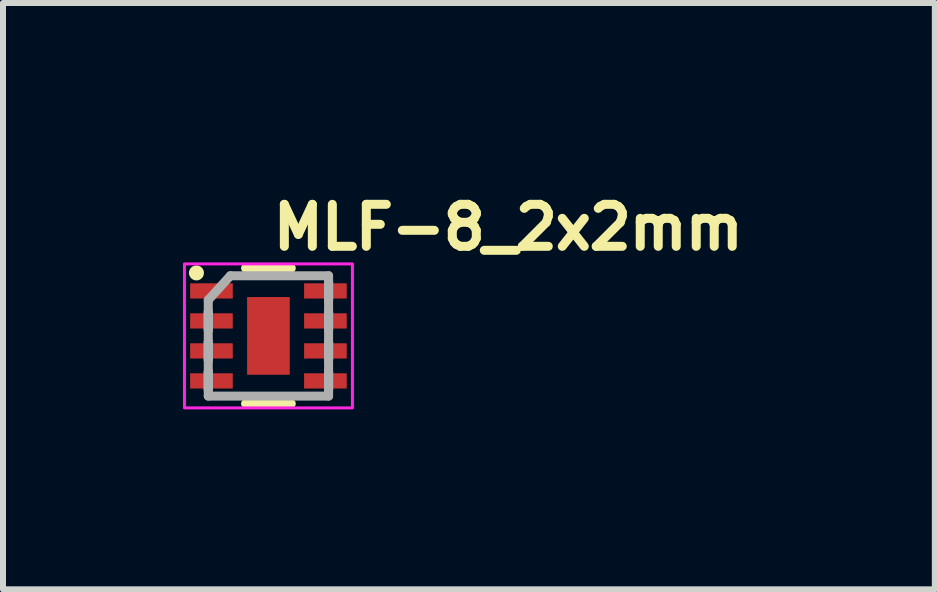
<source format=kicad_pcb>
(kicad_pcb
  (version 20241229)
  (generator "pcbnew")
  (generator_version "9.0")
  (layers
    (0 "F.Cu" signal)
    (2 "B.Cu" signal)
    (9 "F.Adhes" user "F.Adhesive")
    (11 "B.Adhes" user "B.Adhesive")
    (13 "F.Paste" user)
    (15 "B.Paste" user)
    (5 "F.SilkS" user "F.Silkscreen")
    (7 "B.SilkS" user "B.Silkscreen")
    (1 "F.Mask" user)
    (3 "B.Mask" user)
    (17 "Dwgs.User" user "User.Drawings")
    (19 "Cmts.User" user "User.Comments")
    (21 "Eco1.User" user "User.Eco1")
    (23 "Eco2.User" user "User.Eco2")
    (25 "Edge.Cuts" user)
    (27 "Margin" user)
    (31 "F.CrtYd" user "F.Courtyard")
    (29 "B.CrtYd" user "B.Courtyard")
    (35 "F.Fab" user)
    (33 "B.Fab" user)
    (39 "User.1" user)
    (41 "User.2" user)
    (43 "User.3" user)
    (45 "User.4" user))
  (footprint "MLF-8_2x2mm"
    (layer "F.Cu")
    (at 1.425 2.55)
    (property "Reference" "MLF-8_2x2mm" (at 0 -1.4 0) (unlocked yes) (layer "F.SilkS") (effects (font (size 0.7 0.7) (thickness 0.15)) (justify left bottom)))
    (attr smd)
    (fp_line (start -0.381 -1.13) (end 0.381 -1.13) (stroke (width 0.15) (type solid)) (layer "F.SilkS"))
    (fp_line (start -0.381 1.13) (end 0.381 1.13) (stroke (width 0.15) (type solid)) (layer "F.SilkS"))
    (fp_circle (center -1.2 -1.05) (end -1.15 -1.05) (stroke (width 0.15) (type solid)) (fill yes) (layer "F.SilkS"))
    (fp_rect (start -1.4 -1.2) (end 1.4 1.2) (stroke (width 0.05) (type solid)) (fill no) (layer "F.CrtYd"))
    (fp_line (start -1.003 -0.598) (end -1.003 1.003) (stroke (width 0.15) (type solid)) (layer "F.Fab"))
    (fp_line (start -1.003 -0.598) (end -0.635 -1.003) (stroke (width 0.15) (type solid)) (layer "F.Fab"))
    (fp_line (start -1.003 -0.402) (end -1.003 -0.098) (stroke (width 0.15) (type solid)) (layer "F.Fab"))
    (fp_line (start -1.003 -0.402) (end -1.003 -0.098) (stroke (width 0.15) (type solid)) (layer "F.Fab"))
    (fp_line (start -1.003 0.098) (end -1.003 0.402) (stroke (width 0.15) (type solid)) (layer "F.Fab"))
    (fp_line (start -1.003 0.098) (end -1.003 0.402) (stroke (width 0.15) (type solid)) (layer "F.Fab"))
    (fp_line (start -1.003 0.598) (end -1.003 0.902) (stroke (width 0.15) (type solid)) (layer "F.Fab"))
    (fp_line (start -1.003 0.598) (end -1.003 0.902) (stroke (width 0.15) (type solid)) (layer "F.Fab"))
    (fp_line (start -1.003 1.003) (end 1.003 1.003) (stroke (width 0.15) (type solid)) (layer "F.Fab"))
    (fp_line (start -0.635 -1.003) (end 1.003 -1.003) (stroke (width 0.15) (type solid)) (layer "F.Fab"))
    (fp_line (start 1.003 -1.003) (end 1.003 1.003) (stroke (width 0.15) (type solid)) (layer "F.Fab"))
    (fp_line (start 1.003 -0.902) (end 1.003 -0.598) (stroke (width 0.15) (type solid)) (layer "F.Fab"))
    (fp_line (start 1.003 -0.902) (end 1.003 -0.598) (stroke (width 0.15) (type solid)) (layer "F.Fab"))
    (fp_line (start 1.003 -0.402) (end 1.003 -0.098) (stroke (width 0.15) (type solid)) (layer "F.Fab"))
    (fp_line (start 1.003 -0.402) (end 1.003 -0.098) (stroke (width 0.15) (type solid)) (layer "F.Fab"))
    (fp_line (start 1.003 0.098) (end 1.003 0.402) (stroke (width 0.15) (type solid)) (layer "F.Fab"))
    (fp_line (start 1.003 0.098) (end 1.003 0.402) (stroke (width 0.15) (type solid)) (layer "F.Fab"))
    (fp_line (start 1.003 0.598) (end 1.003 0.902) (stroke (width 0.15) (type solid)) (layer "F.Fab"))
    (fp_line (start 1.003 0.598) (end 1.003 0.902) (stroke (width 0.15) (type solid)) (layer "F.Fab"))
    (fp_rect (start -1.003 -1.003) (end 1.003 1.003) (stroke (width 0.1) (type solid)) (fill no) (layer "User.5"))
    (fp_line (start -1.003 -1.003) (end -1.003 1.003) (stroke (width 0.02) (type solid)) (layer "User.9"))
    (fp_line (start -1.003 1.003) (end 1.003 1.003) (stroke (width 0.02) (type solid)) (layer "User.9"))
    (fp_line (start -0.853 -0.758) (end -0.853 -0.755) (stroke (width 0.02) (type solid)) (layer "User.9"))
    (fp_line (start -0.853 -0.755) (end -0.853 -0.753) (stroke (width 0.02) (type solid)) (layer "User.9"))
    (fp_line (start -0.853 -0.753) (end -0.853 -0.75) (stroke (width 0.02) (type solid)) (layer "User.9"))
    (fp_line (start -0.853 -0.75) (end -0.853 -0.75) (stroke (width 0.02) (type solid)) (layer "User.9"))
    (fp_line (start -0.853 -0.75) (end -0.853 -0.747) (stroke (width 0.02) (type solid)) (layer "User.9"))
    (fp_line (start -0.853 -0.747) (end -0.853 -0.745) (stroke (width 0.02) (type solid)) (layer "User.9"))
    (fp_line (start -0.853 -0.745) (end -0.853 -0.742) (stroke (width 0.02) (type solid)) (layer "User.9"))
    (fp_line (start -0.853 -0.742) (end -0.852 -0.74) (stroke (width 0.02) (type solid)) (layer "User.9"))
    (fp_line (start -0.852 -0.763) (end -0.852 -0.76) (stroke (width 0.02) (type solid)) (layer "User.9"))
    (fp_line (start -0.852 -0.76) (end -0.853 -0.758) (stroke (width 0.02) (type solid)) (layer "User.9"))
    (fp_line (start -0.852 -0.74) (end -0.852 -0.737) (stroke (width 0.02) (type solid)) (layer "User.9"))
    (fp_line (start -0.852 -0.737) (end -0.851 -0.735) (stroke (width 0.02) (type solid)) (layer "User.9"))
    (fp_line (start -0.851 -0.765) (end -0.852 -0.763) (stroke (width 0.02) (type solid)) (layer "User.9"))
    (fp_line (start -0.851 -0.735) (end -0.85 -0.733) (stroke (width 0.02) (type solid)) (layer "User.9"))
    (fp_line (start -0.85 -0.767) (end -0.851 -0.765) (stroke (width 0.02) (type solid)) (layer "User.9"))
    (fp_line (start -0.85 -0.733) (end -0.849 -0.73) (stroke (width 0.02) (type solid)) (layer "User.9"))
    (fp_line (start -0.849 -0.77) (end -0.85 -0.767) (stroke (width 0.02) (type solid)) (layer "User.9"))
    (fp_line (start -0.849 -0.73) (end -0.848 -0.728) (stroke (width 0.02) (type solid)) (layer "User.9"))
    (fp_line (start -0.848 -0.772) (end -0.849 -0.77) (stroke (width 0.02) (type solid)) (layer "User.9"))
    (fp_line (start -0.848 -0.728) (end -0.847 -0.726) (stroke (width 0.02) (type solid)) (layer "User.9"))
    (fp_line (start -0.847 -0.774) (end -0.848 -0.772) (stroke (width 0.02) (type solid)) (layer "User.9"))
    (fp_line (start -0.847 -0.726) (end -0.846 -0.724) (stroke (width 0.02) (type solid)) (layer "User.9"))
    (fp_line (start -0.846 -0.776) (end -0.847 -0.774) (stroke (width 0.02) (type solid)) (layer "User.9"))
    (fp_line (start -0.846 -0.724) (end -0.845 -0.722) (stroke (width 0.02) (type solid)) (layer "User.9"))
    (fp_line (start -0.845 -0.778) (end -0.846 -0.776) (stroke (width 0.02) (type solid)) (layer "User.9"))
    (fp_line (start -0.845 -0.722) (end -0.843 -0.72) (stroke (width 0.02) (type solid)) (layer "User.9"))
    (fp_line (start -0.843 -0.78) (end -0.845 -0.778) (stroke (width 0.02) (type solid)) (layer "User.9"))
    (fp_line (start -0.843 -0.72) (end -0.842 -0.718) (stroke (width 0.02) (type solid)) (layer "User.9"))
    (fp_line (start -0.842 -0.782) (end -0.843 -0.78) (stroke (width 0.02) (type solid)) (layer "User.9"))
    (fp_line (start -0.842 -0.718) (end -0.84 -0.716) (stroke (width 0.02) (type solid)) (layer "User.9"))
    (fp_line (start -0.84 -0.784) (end -0.842 -0.782) (stroke (width 0.02) (type solid)) (layer "User.9"))
    (fp_line (start -0.84 -0.716) (end -0.838 -0.715) (stroke (width 0.02) (type solid)) (layer "User.9"))
    (fp_line (start -0.838 -0.785) (end -0.84 -0.784) (stroke (width 0.02) (type solid)) (layer "User.9"))
    (fp_line (start -0.838 -0.715) (end -0.837 -0.713) (stroke (width 0.02) (type solid)) (layer "User.9"))
    (fp_line (start -0.837 -0.787) (end -0.838 -0.785) (stroke (width 0.02) (type solid)) (layer "User.9"))
    (fp_line (start -0.837 -0.713) (end -0.835 -0.711) (stroke (width 0.02) (type solid)) (layer "User.9"))
    (fp_line (start -0.835 -0.789) (end -0.837 -0.787) (stroke (width 0.02) (type solid)) (layer "User.9"))
    (fp_line (start -0.835 -0.711) (end -0.833 -0.71) (stroke (width 0.02) (type solid)) (layer "User.9"))
    (fp_line (start -0.833 -0.79) (end -0.835 -0.789) (stroke (width 0.02) (type solid)) (layer "User.9"))
    (fp_line (start -0.833 -0.71) (end -0.831 -0.708) (stroke (width 0.02) (type solid)) (layer "User.9"))
    (fp_line (start -0.831 -0.792) (end -0.833 -0.79) (stroke (width 0.02) (type solid)) (layer "User.9"))
    (fp_line (start -0.831 -0.708) (end -0.829 -0.707) (stroke (width 0.02) (type solid)) (layer "User.9"))
    (fp_line (start -0.829 -0.793) (end -0.831 -0.792) (stroke (width 0.02) (type solid)) (layer "User.9"))
    (fp_line (start -0.829 -0.707) (end -0.827 -0.706) (stroke (width 0.02) (type solid)) (layer "User.9"))
    (fp_line (start -0.827 -0.794) (end -0.829 -0.793) (stroke (width 0.02) (type solid)) (layer "User.9"))
    (fp_line (start -0.827 -0.706) (end -0.825 -0.705) (stroke (width 0.02) (type solid)) (layer "User.9"))
    (fp_line (start -0.825 -0.795) (end -0.827 -0.794) (stroke (width 0.02) (type solid)) (layer "User.9"))
    (fp_line (start -0.825 -0.705) (end -0.823 -0.704) (stroke (width 0.02) (type solid)) (layer "User.9"))
    (fp_line (start -0.823 -0.796) (end -0.825 -0.795) (stroke (width 0.02) (type solid)) (layer "User.9"))
    (fp_line (start -0.823 -0.704) (end -0.82 -0.703) (stroke (width 0.02) (type solid)) (layer "User.9"))
    (fp_line (start -0.82 -0.797) (end -0.823 -0.796) (stroke (width 0.02) (type solid)) (layer "User.9"))
    (fp_line (start -0.82 -0.703) (end -0.818 -0.702) (stroke (width 0.02) (type solid)) (layer "User.9"))
    (fp_line (start -0.818 -0.798) (end -0.82 -0.797) (stroke (width 0.02) (type solid)) (layer "User.9"))
    (fp_line (start -0.818 -0.702) (end -0.816 -0.701) (stroke (width 0.02) (type solid)) (layer "User.9"))
    (fp_line (start -0.816 -0.799) (end -0.818 -0.798) (stroke (width 0.02) (type solid)) (layer "User.9"))
    (fp_line (start -0.816 -0.701) (end -0.813 -0.701) (stroke (width 0.02) (type solid)) (layer "User.9"))
    (fp_line (start -0.813 -0.799) (end -0.816 -0.799) (stroke (width 0.02) (type solid)) (layer "User.9"))
    (fp_line (start -0.813 -0.701) (end -0.811 -0.7) (stroke (width 0.02) (type solid)) (layer "User.9"))
    (fp_line (start -0.811 -0.8) (end -0.813 -0.799) (stroke (width 0.02) (type solid)) (layer "User.9"))
    (fp_line (start -0.811 -0.7) (end -0.808 -0.7) (stroke (width 0.02) (type solid)) (layer "User.9"))
    (fp_line (start -0.808 -0.8) (end -0.811 -0.8) (stroke (width 0.02) (type solid)) (layer "User.9"))
    (fp_line (start -0.808 -0.7) (end -0.806 -0.7) (stroke (width 0.02) (type solid)) (layer "User.9"))
    (fp_line (start -0.806 -0.8) (end -0.808 -0.8) (stroke (width 0.02) (type solid)) (layer "User.9"))
    (fp_line (start -0.806 -0.7) (end -0.803 -0.7) (stroke (width 0.02) (type solid)) (layer "User.9"))
    (fp_line (start -0.803 -0.8) (end -0.806 -0.8) (stroke (width 0.02) (type solid)) (layer "User.9"))
    (fp_line (start -0.803 -0.8) (end -0.803 -0.8) (stroke (width 0.02) (type solid)) (layer "User.9"))
    (fp_line (start -0.803 -0.7) (end -0.803 -0.7) (stroke (width 0.02) (type solid)) (layer "User.9"))
    (fp_line (start -0.803 -0.7) (end -0.8 -0.7) (stroke (width 0.02) (type solid)) (layer "User.9"))
    (fp_line (start -0.8 -0.8) (end -0.803 -0.8) (stroke (width 0.02) (type solid)) (layer "User.9"))
    (fp_line (start -0.8 -0.7) (end -0.798 -0.7) (stroke (width 0.02) (type solid)) (layer "User.9"))
    (fp_line (start -0.798 -0.8) (end -0.8 -0.8) (stroke (width 0.02) (type solid)) (layer "User.9"))
    (fp_line (start -0.798 -0.7) (end -0.795 -0.7) (stroke (width 0.02) (type solid)) (layer "User.9"))
    (fp_line (start -0.795 -0.8) (end -0.798 -0.8) (stroke (width 0.02) (type solid)) (layer "User.9"))
    (fp_line (start -0.795 -0.7) (end -0.793 -0.701) (stroke (width 0.02) (type solid)) (layer "User.9"))
    (fp_line (start -0.793 -0.799) (end -0.795 -0.8) (stroke (width 0.02) (type solid)) (layer "User.9"))
    (fp_line (start -0.793 -0.701) (end -0.79 -0.701) (stroke (width 0.02) (type solid)) (layer "User.9"))
    (fp_line (start -0.79 -0.799) (end -0.793 -0.799) (stroke (width 0.02) (type solid)) (layer "User.9"))
    (fp_line (start -0.79 -0.701) (end -0.788 -0.702) (stroke (width 0.02) (type solid)) (layer "User.9"))
    (fp_line (start -0.788 -0.798) (end -0.79 -0.799) (stroke (width 0.02) (type solid)) (layer "User.9"))
    (fp_line (start -0.788 -0.702) (end -0.786 -0.703) (stroke (width 0.02) (type solid)) (layer "User.9"))
    (fp_line (start -0.786 -0.797) (end -0.788 -0.798) (stroke (width 0.02) (type solid)) (layer "User.9"))
    (fp_line (start -0.786 -0.703) (end -0.783 -0.704) (stroke (width 0.02) (type solid)) (layer "User.9"))
    (fp_line (start -0.783 -0.796) (end -0.786 -0.797) (stroke (width 0.02) (type solid)) (layer "User.9"))
    (fp_line (start -0.783 -0.704) (end -0.781 -0.705) (stroke (width 0.02) (type solid)) (layer "User.9"))
    (fp_line (start -0.781 -0.795) (end -0.783 -0.796) (stroke (width 0.02) (type solid)) (layer "User.9"))
    (fp_line (start -0.781 -0.705) (end -0.779 -0.706) (stroke (width 0.02) (type solid)) (layer "User.9"))
    (fp_line (start -0.779 -0.794) (end -0.781 -0.795) (stroke (width 0.02) (type solid)) (layer "User.9"))
    (fp_line (start -0.779 -0.706) (end -0.777 -0.707) (stroke (width 0.02) (type solid)) (layer "User.9"))
    (fp_line (start -0.777 -0.793) (end -0.779 -0.794) (stroke (width 0.02) (type solid)) (layer "User.9"))
    (fp_line (start -0.777 -0.707) (end -0.775 -0.708) (stroke (width 0.02) (type solid)) (layer "User.9"))
    (fp_line (start -0.775 -0.792) (end -0.777 -0.793) (stroke (width 0.02) (type solid)) (layer "User.9"))
    (fp_line (start -0.775 -0.708) (end -0.773 -0.71) (stroke (width 0.02) (type solid)) (layer "User.9"))
    (fp_line (start -0.773 -0.79) (end -0.775 -0.792) (stroke (width 0.02) (type solid)) (layer "User.9"))
    (fp_line (start -0.773 -0.71) (end -0.771 -0.711) (stroke (width 0.02) (type solid)) (layer "User.9"))
    (fp_line (start -0.771 -0.789) (end -0.773 -0.79) (stroke (width 0.02) (type solid)) (layer "User.9"))
    (fp_line (start -0.771 -0.711) (end -0.769 -0.713) (stroke (width 0.02) (type solid)) (layer "User.9"))
    (fp_line (start -0.769 -0.787) (end -0.771 -0.789) (stroke (width 0.02) (type solid)) (layer "User.9"))
    (fp_line (start -0.769 -0.713) (end -0.768 -0.715) (stroke (width 0.02) (type solid)) (layer "User.9"))
    (fp_line (start -0.768 -0.785) (end -0.769 -0.787) (stroke (width 0.02) (type solid)) (layer "User.9"))
    (fp_line (start -0.768 -0.715) (end -0.766 -0.716) (stroke (width 0.02) (type solid)) (layer "User.9"))
    (fp_line (start -0.766 -0.784) (end -0.768 -0.785) (stroke (width 0.02) (type solid)) (layer "User.9"))
    (fp_line (start -0.766 -0.716) (end -0.764 -0.718) (stroke (width 0.02) (type solid)) (layer "User.9"))
    (fp_line (start -0.764 -0.782) (end -0.766 -0.784) (stroke (width 0.02) (type solid)) (layer "User.9"))
    (fp_line (start -0.764 -0.718) (end -0.763 -0.72) (stroke (width 0.02) (type solid)) (layer "User.9"))
    (fp_line (start -0.763 -0.78) (end -0.764 -0.782) (stroke (width 0.02) (type solid)) (layer "User.9"))
    (fp_line (start -0.763 -0.72) (end -0.761 -0.722) (stroke (width 0.02) (type solid)) (layer "User.9"))
    (fp_line (start -0.761 -0.778) (end -0.763 -0.78) (stroke (width 0.02) (type solid)) (layer "User.9"))
    (fp_line (start -0.761 -0.722) (end -0.76 -0.724) (stroke (width 0.02) (type solid)) (layer "User.9"))
    (fp_line (start -0.76 -0.776) (end -0.761 -0.778) (stroke (width 0.02) (type solid)) (layer "User.9"))
    (fp_line (start -0.76 -0.724) (end -0.759 -0.726) (stroke (width 0.02) (type solid)) (layer "User.9"))
    (fp_line (start -0.759 -0.774) (end -0.76 -0.776) (stroke (width 0.02) (type solid)) (layer "User.9"))
    (fp_line (start -0.759 -0.726) (end -0.758 -0.728) (stroke (width 0.02) (type solid)) (layer "User.9"))
    (fp_line (start -0.758 -0.772) (end -0.759 -0.774) (stroke (width 0.02) (type solid)) (layer "User.9"))
    (fp_line (start -0.758 -0.728) (end -0.757 -0.73) (stroke (width 0.02) (type solid)) (layer "User.9"))
    (fp_line (start -0.757 -0.77) (end -0.758 -0.772) (stroke (width 0.02) (type solid)) (layer "User.9"))
    (fp_line (start -0.757 -0.73) (end -0.756 -0.733) (stroke (width 0.02) (type solid)) (layer "User.9"))
    (fp_line (start -0.756 -0.767) (end -0.757 -0.77) (stroke (width 0.02) (type solid)) (layer "User.9"))
    (fp_line (start -0.756 -0.733) (end -0.755 -0.735) (stroke (width 0.02) (type solid)) (layer "User.9"))
    (fp_line (start -0.755 -0.765) (end -0.756 -0.767) (stroke (width 0.02) (type solid)) (layer "User.9"))
    (fp_line (start -0.755 -0.735) (end -0.754 -0.737) (stroke (width 0.02) (type solid)) (layer "User.9"))
    (fp_line (start -0.754 -0.763) (end -0.755 -0.765) (stroke (width 0.02) (type solid)) (layer "User.9"))
    (fp_line (start -0.754 -0.76) (end -0.754 -0.763) (stroke (width 0.02) (type solid)) (layer "User.9"))
    (fp_line (start -0.754 -0.74) (end -0.753 -0.742) (stroke (width 0.02) (type solid)) (layer "User.9"))
    (fp_line (start -0.754 -0.737) (end -0.754 -0.74) (stroke (width 0.02) (type solid)) (layer "User.9"))
    (fp_line (start -0.753 -0.758) (end -0.754 -0.76) (stroke (width 0.02) (type solid)) (layer "User.9"))
    (fp_line (start -0.753 -0.755) (end -0.753 -0.758) (stroke (width 0.02) (type solid)) (layer "User.9"))
    (fp_line (start -0.753 -0.753) (end -0.753 -0.755) (stroke (width 0.02) (type solid)) (layer "User.9"))
    (fp_line (start -0.753 -0.75) (end -0.753 -0.753) (stroke (width 0.02) (type solid)) (layer "User.9"))
    (fp_line (start -0.753 -0.75) (end -0.753 -0.75) (stroke (width 0.02) (type solid)) (layer "User.9"))
    (fp_line (start -0.753 -0.75) (end -0.753 -0.75) (stroke (width 0.02) (type solid)) (layer "User.9"))
    (fp_line (start -0.753 -0.747) (end -0.753 -0.75) (stroke (width 0.02) (type solid)) (layer "User.9"))
    (fp_line (start -0.753 -0.745) (end -0.753 -0.747) (stroke (width 0.02) (type solid)) (layer "User.9"))
    (fp_line (start -0.753 -0.742) (end -0.753 -0.745) (stroke (width 0.02) (type solid)) (layer "User.9"))
    (fp_line (start 1.003 -1.003) (end -1.003 -1.003) (stroke (width 0.02) (type solid)) (layer "User.9"))
    (fp_line (start 1.003 1.003) (end 1.003 -1.003) (stroke (width 0.02) (type solid)) (layer "User.9"))
    (fp_line (start 1.003 1.003) (end 1.003 -1.003) (stroke (width 0.02) (type solid)) (layer "User.9"))
    (pad "1" smd rect (at -0.95 -0.75 270) (size 0.254 0.711) (layers "F.Cu" "F.Mask" "F.Paste"))
    (pad "2" smd rect (at -0.95 -0.25 270) (size 0.254 0.711) (layers "F.Cu" "F.Mask" "F.Paste"))
    (pad "3" smd rect (at -0.95 0.25 270) (size 0.254 0.711) (layers "F.Cu" "F.Mask" "F.Paste"))
    (pad "4" smd rect (at -0.95 0.75 270) (size 0.254 0.711) (layers "F.Cu" "F.Mask" "F.Paste"))
    (pad "5" smd rect (at 0.95 0.75 270) (size 0.254 0.711) (layers "F.Cu" "F.Mask" "F.Paste"))
    (pad "6" smd rect (at 0.95 0.25 270) (size 0.254 0.711) (layers "F.Cu" "F.Mask" "F.Paste"))
    (pad "7" smd rect (at 0.95 -0.25 270) (size 0.254 0.711) (layers "F.Cu" "F.Mask" "F.Paste"))
    (pad "8" smd rect (at 0.95 -0.75 270) (size 0.254 0.711) (layers "F.Cu" "F.Mask" "F.Paste"))
    (pad "9" smd rect (at 0 0) (size 0.711 1.295) (layers "F.Cu" "F.Mask" "F.Paste")))
  (gr_rect
    (start -3 -3)
    (end 12.535 6.775)
    (stroke (width 0.1) (type default))
    (fill no)
    (layer "Edge.Cuts")))
</source>
